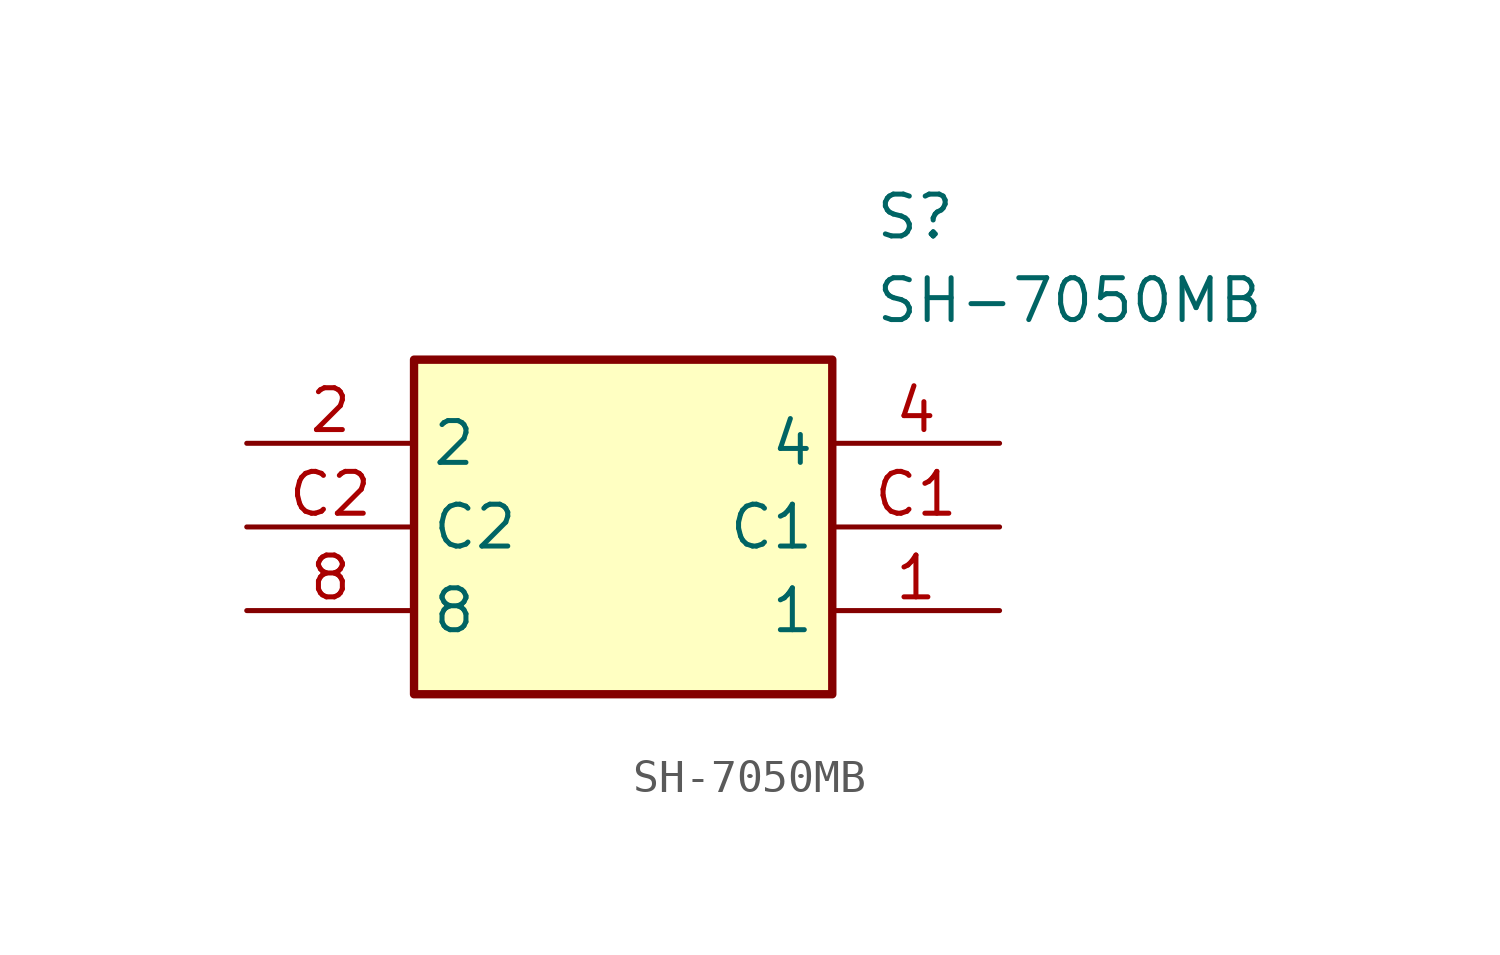
<source format=kicad_sym>
(kicad_symbol_lib
  (version 20211014)
  (generator SamacSys_ECAD_Model)
  (symbol "SH-7050MB"
    (property "Reference" "S"
      (at 19.05 7.62 0)
      (effects (font (size 1.27 1.27)) (justify left top)))
    (property "Value" "SH-7050MB"
      (at 19.05 5.08 0)
      (effects (font (size 1.27 1.27)) (justify left top)))
    (rectangle
      (start 5.08 2.54)
      (end 17.78 -7.62)
      (stroke (width 0.254) (type default))
      (fill (type background)))
    (pin passive line
      (at 22.86 -5.08 180)
      (length 5.08)
      (name "1" (effects (font (size 1.27 1.27))))
      (number "1" (effects (font (size 1.27 1.27)))))
    (pin passive line
      (at 0 0 0)
      (length 5.08)
      (name "2" (effects (font (size 1.27 1.27))))
      (number "2" (effects (font (size 1.27 1.27)))))
    (pin passive line
      (at 22.86 0 180)
      (length 5.08)
      (name "4" (effects (font (size 1.27 1.27))))
      (number "4" (effects (font (size 1.27 1.27)))))
    (pin passive line
      (at 0 -5.08 0)
      (length 5.08)
      (name "8" (effects (font (size 1.27 1.27))))
      (number "8" (effects (font (size 1.27 1.27)))))
    (pin passive line
      (at 22.86 -2.54 180)
      (length 5.08)
      (name "C1" (effects (font (size 1.27 1.27))))
      (number "C1" (effects (font (size 1.27 1.27)))))
    (pin passive line
      (at 0 -2.54 0)
      (length 5.08)
      (name "C2" (effects (font (size 1.27 1.27))))
      (number "C2" (effects (font (size 1.27 1.27)))))))
</source>
